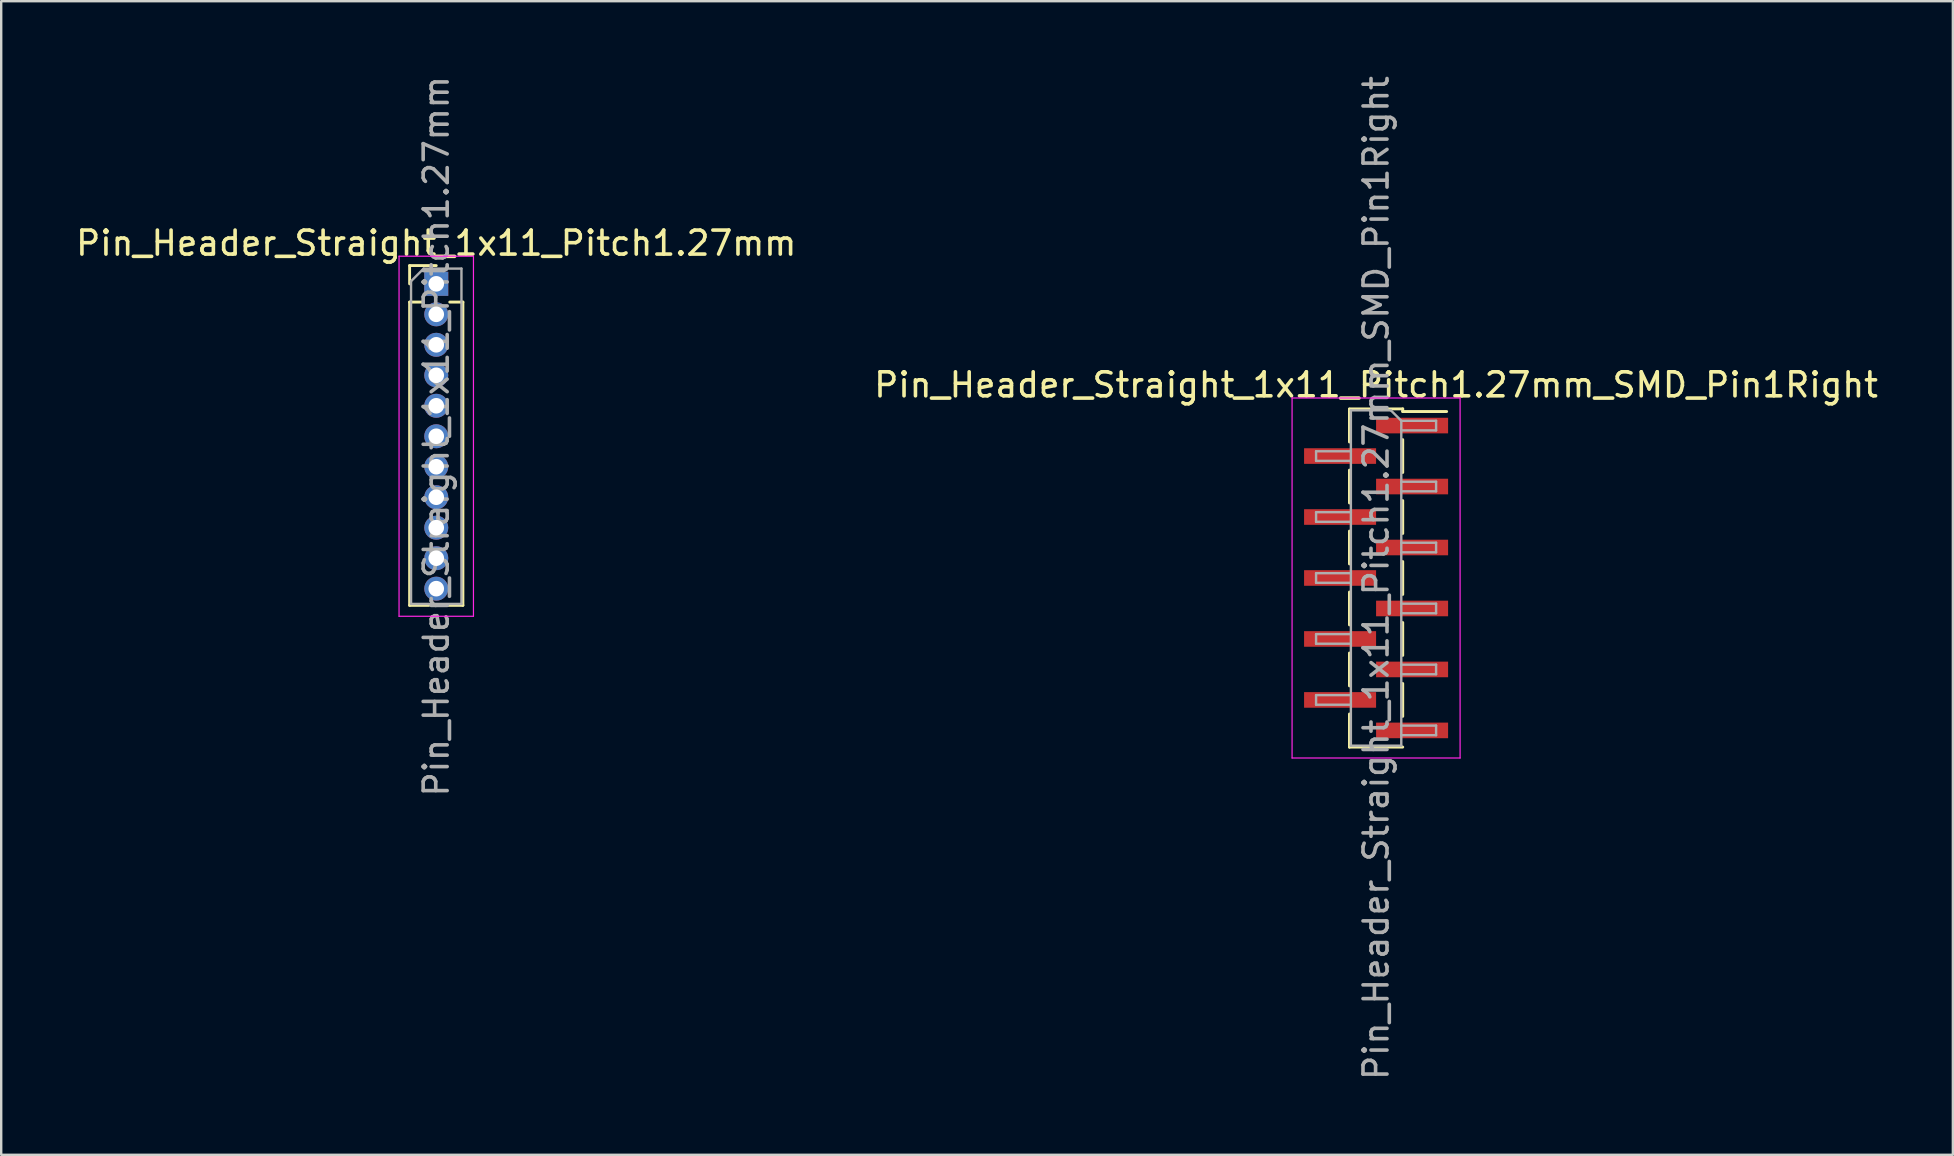
<source format=kicad_pcb>
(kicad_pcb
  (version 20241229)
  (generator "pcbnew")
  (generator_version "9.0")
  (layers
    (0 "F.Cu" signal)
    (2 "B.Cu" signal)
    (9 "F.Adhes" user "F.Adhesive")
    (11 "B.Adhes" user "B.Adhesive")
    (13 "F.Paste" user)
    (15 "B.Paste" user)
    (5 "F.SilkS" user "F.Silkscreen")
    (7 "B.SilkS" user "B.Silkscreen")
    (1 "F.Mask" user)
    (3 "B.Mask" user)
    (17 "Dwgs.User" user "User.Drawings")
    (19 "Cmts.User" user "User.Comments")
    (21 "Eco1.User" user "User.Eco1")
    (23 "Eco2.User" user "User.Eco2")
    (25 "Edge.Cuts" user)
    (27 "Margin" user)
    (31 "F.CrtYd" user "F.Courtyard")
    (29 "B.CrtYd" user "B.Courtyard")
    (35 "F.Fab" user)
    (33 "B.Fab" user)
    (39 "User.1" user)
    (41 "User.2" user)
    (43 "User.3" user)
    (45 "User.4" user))
  (footprint "Pin_Header_Straight_1x11_Pitch1.27mm"
    (layer "F.Cu")
    (at 15.125 8.775)
    (property "Reference" "Pin_Header_Straight_1x11_Pitch1.27mm" (at 0 -1.695 0) (layer "F.SilkS") (effects (font (size 1 1) (thickness 0.15))))
    (attr through_hole)
    (fp_line (start -1.11 -0.76) (end 0 -0.76) (stroke (width 0.12) (type solid)) (layer "F.SilkS"))
    (fp_line (start -1.11 0) (end -1.11 -0.76) (stroke (width 0.12) (type solid)) (layer "F.SilkS"))
    (fp_line (start -1.11 0.76) (end -1.11 13.395) (stroke (width 0.12) (type solid)) (layer "F.SilkS"))
    (fp_line (start -1.11 0.76) (end -0.563 0.76) (stroke (width 0.12) (type solid)) (layer "F.SilkS"))
    (fp_line (start -1.11 13.395) (end -0.308 13.395) (stroke (width 0.12) (type solid)) (layer "F.SilkS"))
    (fp_line (start 0.308 13.395) (end 1.11 13.395) (stroke (width 0.12) (type solid)) (layer "F.SilkS"))
    (fp_line (start 0.563 0.76) (end 1.11 0.76) (stroke (width 0.12) (type solid)) (layer "F.SilkS"))
    (fp_line (start 1.11 0.76) (end 1.11 13.395) (stroke (width 0.12) (type solid)) (layer "F.SilkS"))
    (fp_line (start -1.55 -1.15) (end -1.55 13.85) (stroke (width 0.05) (type solid)) (layer "F.CrtYd"))
    (fp_line (start -1.55 13.85) (end 1.55 13.85) (stroke (width 0.05) (type solid)) (layer "F.CrtYd"))
    (fp_line (start 1.55 -1.15) (end -1.55 -1.15) (stroke (width 0.05) (type solid)) (layer "F.CrtYd"))
    (fp_line (start 1.55 13.85) (end 1.55 -1.15) (stroke (width 0.05) (type solid)) (layer "F.CrtYd"))
    (fp_line (start -1.05 -0.11) (end -0.525 -0.635) (stroke (width 0.1) (type solid)) (layer "F.Fab"))
    (fp_line (start -1.05 13.335) (end -1.05 -0.11) (stroke (width 0.1) (type solid)) (layer "F.Fab"))
    (fp_line (start -0.525 -0.635) (end 1.05 -0.635) (stroke (width 0.1) (type solid)) (layer "F.Fab"))
    (fp_line (start 1.05 -0.635) (end 1.05 13.335) (stroke (width 0.1) (type solid)) (layer "F.Fab"))
    (fp_line (start 1.05 13.335) (end -1.05 13.335) (stroke (width 0.1) (type solid)) (layer "F.Fab"))
    (fp_text user "${REFERENCE}" (at 0 6.35 90) (layer "F.Fab") (effects (font (size 1 1) (thickness 0.15))))
    (pad "1" thru_hole rect (at 0 0) (size 1 1) (drill 0.65) (layers "*.Cu" "*.Mask"))
    (pad "2" thru_hole oval (at 0 1.27) (size 1 1) (drill 0.65) (layers "*.Cu" "*.Mask"))
    (pad "3" thru_hole oval (at 0 2.54) (size 1 1) (drill 0.65) (layers "*.Cu" "*.Mask"))
    (pad "4" thru_hole oval (at 0 3.81) (size 1 1) (drill 0.65) (layers "*.Cu" "*.Mask"))
    (pad "5" thru_hole oval (at 0 5.08) (size 1 1) (drill 0.65) (layers "*.Cu" "*.Mask"))
    (pad "6" thru_hole oval (at 0 6.35) (size 1 1) (drill 0.65) (layers "*.Cu" "*.Mask"))
    (pad "7" thru_hole oval (at 0 7.62) (size 1 1) (drill 0.65) (layers "*.Cu" "*.Mask"))
    (pad "8" thru_hole oval (at 0 8.89) (size 1 1) (drill 0.65) (layers "*.Cu" "*.Mask"))
    (pad "9" thru_hole oval (at 0 10.16) (size 1 1) (drill 0.65) (layers "*.Cu" "*.Mask"))
    (pad "10" thru_hole oval (at 0 11.43) (size 1 1) (drill 0.65) (layers "*.Cu" "*.Mask"))
    (pad "11" thru_hole oval (at 0 12.7) (size 1 1) (drill 0.65) (layers "*.Cu" "*.Mask")))
  (footprint "Pin_Header_Straight_1x11_Pitch1.27mm_SMD_Pin1Right"
    (layer "F.Cu")
    (at 54.28 21.03)
    (property "Reference" "Pin_Header_Straight_1x11_Pitch1.27mm_SMD_Pin1Right" (at 0 -8.045 0) (layer "F.SilkS") (effects (font (size 1 1) (thickness 0.15))))
    (attr smd)
    (fp_line (start -1.11 -7.045) (end 1.11 -7.045) (stroke (width 0.12) (type solid)) (layer "F.SilkS"))
    (fp_line (start -1.11 -7.035) (end -1.11 -5.665) (stroke (width 0.12) (type solid)) (layer "F.SilkS"))
    (fp_line (start -1.11 -4.495) (end -1.11 -3.125) (stroke (width 0.12) (type solid)) (layer "F.SilkS"))
    (fp_line (start -1.11 -1.955) (end -1.11 -0.585) (stroke (width 0.12) (type solid)) (layer "F.SilkS"))
    (fp_line (start -1.11 0.585) (end -1.11 1.955) (stroke (width 0.12) (type solid)) (layer "F.SilkS"))
    (fp_line (start -1.11 3.125) (end -1.11 4.495) (stroke (width 0.12) (type solid)) (layer "F.SilkS"))
    (fp_line (start -1.11 5.665) (end -1.11 7.035) (stroke (width 0.12) (type solid)) (layer "F.SilkS"))
    (fp_line (start -1.11 6.935) (end -1.11 7.045) (stroke (width 0.12) (type solid)) (layer "F.SilkS"))
    (fp_line (start -1.11 7.045) (end 1.11 7.045) (stroke (width 0.12) (type solid)) (layer "F.SilkS"))
    (fp_line (start 1.11 -7.045) (end 1.11 -6.935) (stroke (width 0.12) (type solid)) (layer "F.SilkS"))
    (fp_line (start 1.11 -6.935) (end 2.94 -6.935) (stroke (width 0.12) (type solid)) (layer "F.SilkS"))
    (fp_line (start 1.11 -5.765) (end 1.11 -4.395) (stroke (width 0.12) (type solid)) (layer "F.SilkS"))
    (fp_line (start 1.11 -3.225) (end 1.11 -1.855) (stroke (width 0.12) (type solid)) (layer "F.SilkS"))
    (fp_line (start 1.11 -0.685) (end 1.11 0.685) (stroke (width 0.12) (type solid)) (layer "F.SilkS"))
    (fp_line (start 1.11 1.855) (end 1.11 3.225) (stroke (width 0.12) (type solid)) (layer "F.SilkS"))
    (fp_line (start 1.11 4.395) (end 1.11 5.765) (stroke (width 0.12) (type solid)) (layer "F.SilkS"))
    (fp_line (start -3.5 -7.5) (end -3.5 7.5) (stroke (width 0.05) (type solid)) (layer "F.CrtYd"))
    (fp_line (start -3.5 7.5) (end 3.5 7.5) (stroke (width 0.05) (type solid)) (layer "F.CrtYd"))
    (fp_line (start 3.5 -7.5) (end -3.5 -7.5) (stroke (width 0.05) (type solid)) (layer "F.CrtYd"))
    (fp_line (start 3.5 7.5) (end 3.5 -7.5) (stroke (width 0.05) (type solid)) (layer "F.CrtYd"))
    (fp_line (start -2.5 -5.28) (end -2.5 -4.88) (stroke (width 0.1) (type solid)) (layer "F.Fab"))
    (fp_line (start -2.5 -4.88) (end -1.05 -4.88) (stroke (width 0.1) (type solid)) (layer "F.Fab"))
    (fp_line (start -2.5 -2.74) (end -2.5 -2.34) (stroke (width 0.1) (type solid)) (layer "F.Fab"))
    (fp_line (start -2.5 -2.34) (end -1.05 -2.34) (stroke (width 0.1) (type solid)) (layer "F.Fab"))
    (fp_line (start -2.5 -0.2) (end -2.5 0.2) (stroke (width 0.1) (type solid)) (layer "F.Fab"))
    (fp_line (start -2.5 0.2) (end -1.05 0.2) (stroke (width 0.1) (type solid)) (layer "F.Fab"))
    (fp_line (start -2.5 2.34) (end -2.5 2.74) (stroke (width 0.1) (type solid)) (layer "F.Fab"))
    (fp_line (start -2.5 2.74) (end -1.05 2.74) (stroke (width 0.1) (type solid)) (layer "F.Fab"))
    (fp_line (start -2.5 4.88) (end -2.5 5.28) (stroke (width 0.1) (type solid)) (layer "F.Fab"))
    (fp_line (start -2.5 5.28) (end -1.05 5.28) (stroke (width 0.1) (type solid)) (layer "F.Fab"))
    (fp_line (start -1.05 -6.985) (end -1.05 6.985) (stroke (width 0.1) (type solid)) (layer "F.Fab"))
    (fp_line (start -1.05 -6.985) (end 0.615 -6.985) (stroke (width 0.1) (type solid)) (layer "F.Fab"))
    (fp_line (start -1.05 -5.28) (end -2.5 -5.28) (stroke (width 0.1) (type solid)) (layer "F.Fab"))
    (fp_line (start -1.05 -2.74) (end -2.5 -2.74) (stroke (width 0.1) (type solid)) (layer "F.Fab"))
    (fp_line (start -1.05 -0.2) (end -2.5 -0.2) (stroke (width 0.1) (type solid)) (layer "F.Fab"))
    (fp_line (start -1.05 2.34) (end -2.5 2.34) (stroke (width 0.1) (type solid)) (layer "F.Fab"))
    (fp_line (start -1.05 4.88) (end -2.5 4.88) (stroke (width 0.1) (type solid)) (layer "F.Fab"))
    (fp_line (start 1.05 -6.55) (end 0.615 -6.985) (stroke (width 0.1) (type solid)) (layer "F.Fab"))
    (fp_line (start 1.05 -6.55) (end 2.5 -6.55) (stroke (width 0.1) (type solid)) (layer "F.Fab"))
    (fp_line (start 1.05 -4.01) (end 2.5 -4.01) (stroke (width 0.1) (type solid)) (layer "F.Fab"))
    (fp_line (start 1.05 -1.47) (end 2.5 -1.47) (stroke (width 0.1) (type solid)) (layer "F.Fab"))
    (fp_line (start 1.05 1.07) (end 2.5 1.07) (stroke (width 0.1) (type solid)) (layer "F.Fab"))
    (fp_line (start 1.05 3.61) (end 2.5 3.61) (stroke (width 0.1) (type solid)) (layer "F.Fab"))
    (fp_line (start 1.05 6.15) (end 2.5 6.15) (stroke (width 0.1) (type solid)) (layer "F.Fab"))
    (fp_line (start 1.05 6.985) (end -1.05 6.985) (stroke (width 0.1) (type solid)) (layer "F.Fab"))
    (fp_line (start 1.05 6.985) (end 1.05 -6.55) (stroke (width 0.1) (type solid)) (layer "F.Fab"))
    (fp_line (start 2.5 -6.55) (end 2.5 -6.15) (stroke (width 0.1) (type solid)) (layer "F.Fab"))
    (fp_line (start 2.5 -6.15) (end 1.05 -6.15) (stroke (width 0.1) (type solid)) (layer "F.Fab"))
    (fp_line (start 2.5 -4.01) (end 2.5 -3.61) (stroke (width 0.1) (type solid)) (layer "F.Fab"))
    (fp_line (start 2.5 -3.61) (end 1.05 -3.61) (stroke (width 0.1) (type solid)) (layer "F.Fab"))
    (fp_line (start 2.5 -1.47) (end 2.5 -1.07) (stroke (width 0.1) (type solid)) (layer "F.Fab"))
    (fp_line (start 2.5 -1.07) (end 1.05 -1.07) (stroke (width 0.1) (type solid)) (layer "F.Fab"))
    (fp_line (start 2.5 1.07) (end 2.5 1.47) (stroke (width 0.1) (type solid)) (layer "F.Fab"))
    (fp_line (start 2.5 1.47) (end 1.05 1.47) (stroke (width 0.1) (type solid)) (layer "F.Fab"))
    (fp_line (start 2.5 3.61) (end 2.5 4.01) (stroke (width 0.1) (type solid)) (layer "F.Fab"))
    (fp_line (start 2.5 4.01) (end 1.05 4.01) (stroke (width 0.1) (type solid)) (layer "F.Fab"))
    (fp_line (start 2.5 6.15) (end 2.5 6.55) (stroke (width 0.1) (type solid)) (layer "F.Fab"))
    (fp_line (start 2.5 6.55) (end 1.05 6.55) (stroke (width 0.1) (type solid)) (layer "F.Fab"))
    (fp_text user "${REFERENCE}" (at 0 0 90) (layer "F.Fab") (effects (font (size 1 1) (thickness 0.15))))
    (pad "1" smd rect (at 1.5 -6.35) (size 3 0.65) (layers "F.Cu" "F.Mask" "F.Paste"))
    (pad "2" smd rect (at -1.5 -5.08) (size 3 0.65) (layers "F.Cu" "F.Mask" "F.Paste"))
    (pad "3" smd rect (at 1.5 -3.81) (size 3 0.65) (layers "F.Cu" "F.Mask" "F.Paste"))
    (pad "4" smd rect (at -1.5 -2.54) (size 3 0.65) (layers "F.Cu" "F.Mask" "F.Paste"))
    (pad "5" smd rect (at 1.5 -1.27) (size 3 0.65) (layers "F.Cu" "F.Mask" "F.Paste"))
    (pad "6" smd rect (at -1.5 0) (size 3 0.65) (layers "F.Cu" "F.Mask" "F.Paste"))
    (pad "7" smd rect (at 1.5 1.27) (size 3 0.65) (layers "F.Cu" "F.Mask" "F.Paste"))
    (pad "8" smd rect (at -1.5 2.54) (size 3 0.65) (layers "F.Cu" "F.Mask" "F.Paste"))
    (pad "9" smd rect (at 1.5 3.81) (size 3 0.65) (layers "F.Cu" "F.Mask" "F.Paste"))
    (pad "10" smd rect (at -1.5 5.08) (size 3 0.65) (layers "F.Cu" "F.Mask" "F.Paste"))
    (pad "11" smd rect (at 1.5 6.35) (size 3 0.65) (layers "F.Cu" "F.Mask" "F.Paste")))
  (gr_rect
    (start -3 -3)
    (end 78.31 45.06)
    (stroke (width 0.1) (type default))
    (fill no)
    (layer "Edge.Cuts")))
</source>
